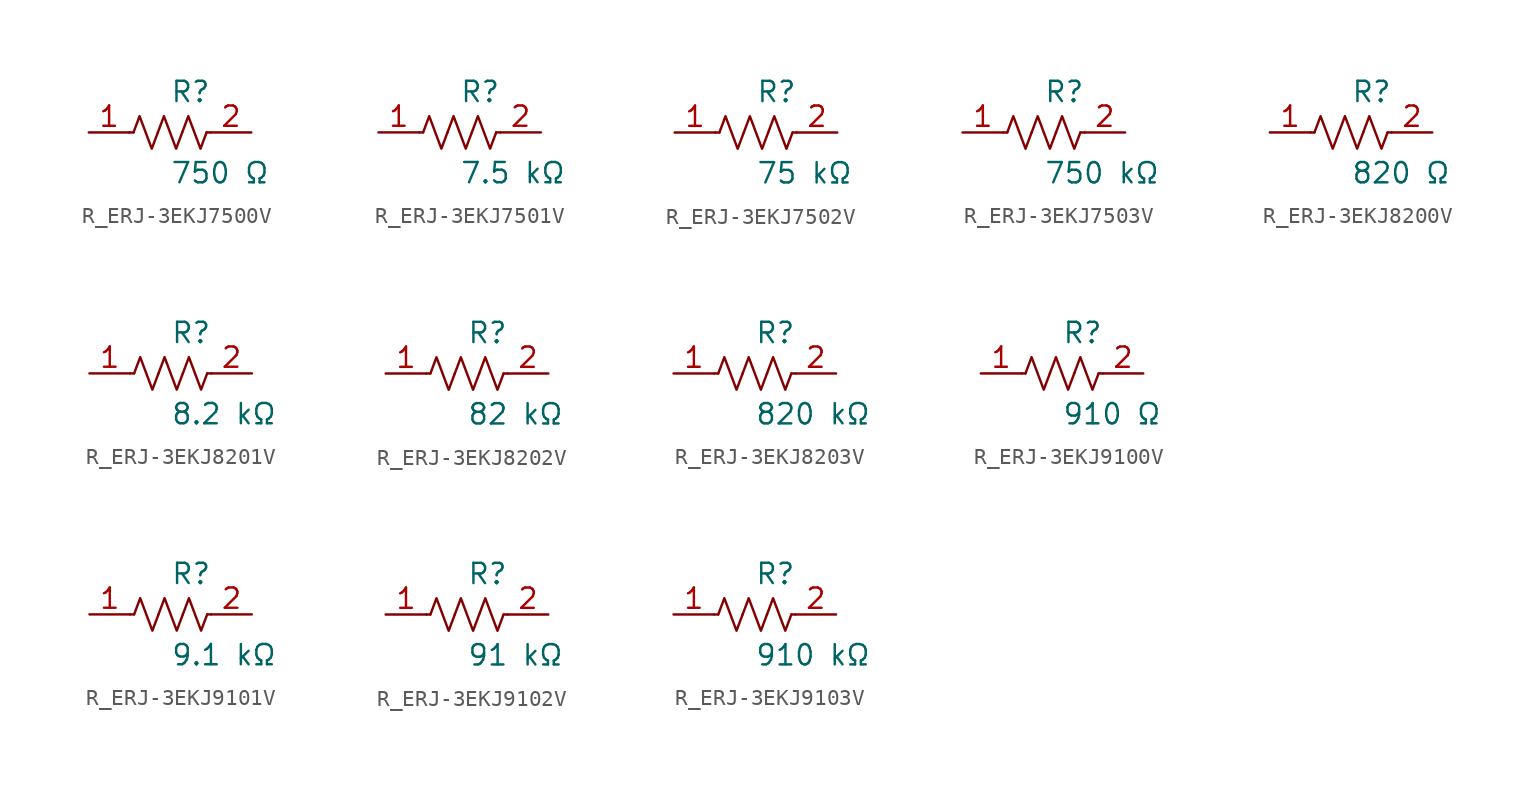
<source format=kicad_sym>
(kicad_symbol_lib
  (version 20231120)
  (generator kicad_symbol_editor)
  (generator_version 8.0)
  (symbol "R_ERJ-3EKJ7500V"
    (pin_names
      (offset 0.254))
    (property "Reference" "R"
      (at 0.0 2.54 0)
      (effects (font (size 1.27 1.27)) (justify left)))
    (property "Value" "750 Ω"
      (at 0.0 -2.54 0)
      (effects (font (size 1.27 1.27)) (justify left)))
    (symbol "R_ERJ-3EKJ7500V_0_1"
      (polyline (pts (xy 2.286 0) (xy 2.54 0)) (stroke (width 0) (type default)) (fill (type none)))
      (polyline (pts (xy -2.286 0) (xy -2.54 0)) (stroke (width 0) (type default)) (fill (type none)))
      (polyline (pts (xy 0.762 0) (xy 1.143 1.016) (xy 1.524 0) (xy 1.905 -1.016) (xy 2.286 0)) (stroke (width 0) (type default)) (fill (type none)))
      (polyline (pts (xy -0.762 0) (xy -0.381 1.016) (xy 0 0) (xy 0.381 -1.016) (xy 0.762 0)) (stroke (width 0) (type default)) (fill (type none)))
      (polyline (pts (xy -2.286 0) (xy -1.905 1.016) (xy -1.524 0) (xy -1.143 -1.016) (xy -0.762 0)) (stroke (width 0) (type default)) (fill (type none))))
    (pin unspecified line
      (at -5.08 0 0)
      (length 2.54)
      (name "" (effects (font (size 1.27 1.27))))
      (number "1" (effects (font (size 1.27 1.27)))))
    (pin unspecified line
      (at 5.08 0 180)
      (length 2.54)
      (name "" (effects (font (size 1.27 1.27))))
      (number "2" (effects (font (size 1.27 1.27))))))
  (symbol "R_ERJ-3EKJ7501V"
    (pin_names
      (offset 0.254))
    (property "Reference" "R"
      (at 0.0 2.54 0)
      (effects (font (size 1.27 1.27)) (justify left)))
    (property "Value" "7.5 kΩ"
      (at 0.0 -2.54 0)
      (effects (font (size 1.27 1.27)) (justify left)))
    (symbol "R_ERJ-3EKJ7501V_0_1"
      (polyline (pts (xy 2.286 0) (xy 2.54 0)) (stroke (width 0) (type default)) (fill (type none)))
      (polyline (pts (xy -2.286 0) (xy -2.54 0)) (stroke (width 0) (type default)) (fill (type none)))
      (polyline (pts (xy 0.762 0) (xy 1.143 1.016) (xy 1.524 0) (xy 1.905 -1.016) (xy 2.286 0)) (stroke (width 0) (type default)) (fill (type none)))
      (polyline (pts (xy -0.762 0) (xy -0.381 1.016) (xy 0 0) (xy 0.381 -1.016) (xy 0.762 0)) (stroke (width 0) (type default)) (fill (type none)))
      (polyline (pts (xy -2.286 0) (xy -1.905 1.016) (xy -1.524 0) (xy -1.143 -1.016) (xy -0.762 0)) (stroke (width 0) (type default)) (fill (type none))))
    (pin unspecified line
      (at -5.08 0 0)
      (length 2.54)
      (name "" (effects (font (size 1.27 1.27))))
      (number "1" (effects (font (size 1.27 1.27)))))
    (pin unspecified line
      (at 5.08 0 180)
      (length 2.54)
      (name "" (effects (font (size 1.27 1.27))))
      (number "2" (effects (font (size 1.27 1.27))))))
  (symbol "R_ERJ-3EKJ7502V"
    (pin_names
      (offset 0.254))
    (property "Reference" "R"
      (at 0.0 2.54 0)
      (effects (font (size 1.27 1.27)) (justify left)))
    (property "Value" "75 kΩ"
      (at 0.0 -2.54 0)
      (effects (font (size 1.27 1.27)) (justify left)))
    (symbol "R_ERJ-3EKJ7502V_0_1"
      (polyline (pts (xy 2.286 0) (xy 2.54 0)) (stroke (width 0) (type default)) (fill (type none)))
      (polyline (pts (xy -2.286 0) (xy -2.54 0)) (stroke (width 0) (type default)) (fill (type none)))
      (polyline (pts (xy 0.762 0) (xy 1.143 1.016) (xy 1.524 0) (xy 1.905 -1.016) (xy 2.286 0)) (stroke (width 0) (type default)) (fill (type none)))
      (polyline (pts (xy -0.762 0) (xy -0.381 1.016) (xy 0 0) (xy 0.381 -1.016) (xy 0.762 0)) (stroke (width 0) (type default)) (fill (type none)))
      (polyline (pts (xy -2.286 0) (xy -1.905 1.016) (xy -1.524 0) (xy -1.143 -1.016) (xy -0.762 0)) (stroke (width 0) (type default)) (fill (type none))))
    (pin unspecified line
      (at -5.08 0 0)
      (length 2.54)
      (name "" (effects (font (size 1.27 1.27))))
      (number "1" (effects (font (size 1.27 1.27)))))
    (pin unspecified line
      (at 5.08 0 180)
      (length 2.54)
      (name "" (effects (font (size 1.27 1.27))))
      (number "2" (effects (font (size 1.27 1.27))))))
  (symbol "R_ERJ-3EKJ7503V"
    (pin_names
      (offset 0.254))
    (property "Reference" "R"
      (at 0.0 2.54 0)
      (effects (font (size 1.27 1.27)) (justify left)))
    (property "Value" "750 kΩ"
      (at 0.0 -2.54 0)
      (effects (font (size 1.27 1.27)) (justify left)))
    (symbol "R_ERJ-3EKJ7503V_0_1"
      (polyline (pts (xy 2.286 0) (xy 2.54 0)) (stroke (width 0) (type default)) (fill (type none)))
      (polyline (pts (xy -2.286 0) (xy -2.54 0)) (stroke (width 0) (type default)) (fill (type none)))
      (polyline (pts (xy 0.762 0) (xy 1.143 1.016) (xy 1.524 0) (xy 1.905 -1.016) (xy 2.286 0)) (stroke (width 0) (type default)) (fill (type none)))
      (polyline (pts (xy -0.762 0) (xy -0.381 1.016) (xy 0 0) (xy 0.381 -1.016) (xy 0.762 0)) (stroke (width 0) (type default)) (fill (type none)))
      (polyline (pts (xy -2.286 0) (xy -1.905 1.016) (xy -1.524 0) (xy -1.143 -1.016) (xy -0.762 0)) (stroke (width 0) (type default)) (fill (type none))))
    (pin unspecified line
      (at -5.08 0 0)
      (length 2.54)
      (name "" (effects (font (size 1.27 1.27))))
      (number "1" (effects (font (size 1.27 1.27)))))
    (pin unspecified line
      (at 5.08 0 180)
      (length 2.54)
      (name "" (effects (font (size 1.27 1.27))))
      (number "2" (effects (font (size 1.27 1.27))))))
  (symbol "R_ERJ-3EKJ8200V"
    (pin_names
      (offset 0.254))
    (property "Reference" "R"
      (at 0.0 2.54 0)
      (effects (font (size 1.27 1.27)) (justify left)))
    (property "Value" "820 Ω"
      (at 0.0 -2.54 0)
      (effects (font (size 1.27 1.27)) (justify left)))
    (symbol "R_ERJ-3EKJ8200V_0_1"
      (polyline (pts (xy 2.286 0) (xy 2.54 0)) (stroke (width 0) (type default)) (fill (type none)))
      (polyline (pts (xy -2.286 0) (xy -2.54 0)) (stroke (width 0) (type default)) (fill (type none)))
      (polyline (pts (xy 0.762 0) (xy 1.143 1.016) (xy 1.524 0) (xy 1.905 -1.016) (xy 2.286 0)) (stroke (width 0) (type default)) (fill (type none)))
      (polyline (pts (xy -0.762 0) (xy -0.381 1.016) (xy 0 0) (xy 0.381 -1.016) (xy 0.762 0)) (stroke (width 0) (type default)) (fill (type none)))
      (polyline (pts (xy -2.286 0) (xy -1.905 1.016) (xy -1.524 0) (xy -1.143 -1.016) (xy -0.762 0)) (stroke (width 0) (type default)) (fill (type none))))
    (pin unspecified line
      (at -5.08 0 0)
      (length 2.54)
      (name "" (effects (font (size 1.27 1.27))))
      (number "1" (effects (font (size 1.27 1.27)))))
    (pin unspecified line
      (at 5.08 0 180)
      (length 2.54)
      (name "" (effects (font (size 1.27 1.27))))
      (number "2" (effects (font (size 1.27 1.27))))))
  (symbol "R_ERJ-3EKJ8201V"
    (pin_names
      (offset 0.254))
    (property "Reference" "R"
      (at 0.0 2.54 0)
      (effects (font (size 1.27 1.27)) (justify left)))
    (property "Value" "8.2 kΩ"
      (at 0.0 -2.54 0)
      (effects (font (size 1.27 1.27)) (justify left)))
    (symbol "R_ERJ-3EKJ8201V_0_1"
      (polyline (pts (xy 2.286 0) (xy 2.54 0)) (stroke (width 0) (type default)) (fill (type none)))
      (polyline (pts (xy -2.286 0) (xy -2.54 0)) (stroke (width 0) (type default)) (fill (type none)))
      (polyline (pts (xy 0.762 0) (xy 1.143 1.016) (xy 1.524 0) (xy 1.905 -1.016) (xy 2.286 0)) (stroke (width 0) (type default)) (fill (type none)))
      (polyline (pts (xy -0.762 0) (xy -0.381 1.016) (xy 0 0) (xy 0.381 -1.016) (xy 0.762 0)) (stroke (width 0) (type default)) (fill (type none)))
      (polyline (pts (xy -2.286 0) (xy -1.905 1.016) (xy -1.524 0) (xy -1.143 -1.016) (xy -0.762 0)) (stroke (width 0) (type default)) (fill (type none))))
    (pin unspecified line
      (at -5.08 0 0)
      (length 2.54)
      (name "" (effects (font (size 1.27 1.27))))
      (number "1" (effects (font (size 1.27 1.27)))))
    (pin unspecified line
      (at 5.08 0 180)
      (length 2.54)
      (name "" (effects (font (size 1.27 1.27))))
      (number "2" (effects (font (size 1.27 1.27))))))
  (symbol "R_ERJ-3EKJ8202V"
    (pin_names
      (offset 0.254))
    (property "Reference" "R"
      (at 0.0 2.54 0)
      (effects (font (size 1.27 1.27)) (justify left)))
    (property "Value" "82 kΩ"
      (at 0.0 -2.54 0)
      (effects (font (size 1.27 1.27)) (justify left)))
    (symbol "R_ERJ-3EKJ8202V_0_1"
      (polyline (pts (xy 2.286 0) (xy 2.54 0)) (stroke (width 0) (type default)) (fill (type none)))
      (polyline (pts (xy -2.286 0) (xy -2.54 0)) (stroke (width 0) (type default)) (fill (type none)))
      (polyline (pts (xy 0.762 0) (xy 1.143 1.016) (xy 1.524 0) (xy 1.905 -1.016) (xy 2.286 0)) (stroke (width 0) (type default)) (fill (type none)))
      (polyline (pts (xy -0.762 0) (xy -0.381 1.016) (xy 0 0) (xy 0.381 -1.016) (xy 0.762 0)) (stroke (width 0) (type default)) (fill (type none)))
      (polyline (pts (xy -2.286 0) (xy -1.905 1.016) (xy -1.524 0) (xy -1.143 -1.016) (xy -0.762 0)) (stroke (width 0) (type default)) (fill (type none))))
    (pin unspecified line
      (at -5.08 0 0)
      (length 2.54)
      (name "" (effects (font (size 1.27 1.27))))
      (number "1" (effects (font (size 1.27 1.27)))))
    (pin unspecified line
      (at 5.08 0 180)
      (length 2.54)
      (name "" (effects (font (size 1.27 1.27))))
      (number "2" (effects (font (size 1.27 1.27))))))
  (symbol "R_ERJ-3EKJ8203V"
    (pin_names
      (offset 0.254))
    (property "Reference" "R"
      (at 0.0 2.54 0)
      (effects (font (size 1.27 1.27)) (justify left)))
    (property "Value" "820 kΩ"
      (at 0.0 -2.54 0)
      (effects (font (size 1.27 1.27)) (justify left)))
    (symbol "R_ERJ-3EKJ8203V_0_1"
      (polyline (pts (xy 2.286 0) (xy 2.54 0)) (stroke (width 0) (type default)) (fill (type none)))
      (polyline (pts (xy -2.286 0) (xy -2.54 0)) (stroke (width 0) (type default)) (fill (type none)))
      (polyline (pts (xy 0.762 0) (xy 1.143 1.016) (xy 1.524 0) (xy 1.905 -1.016) (xy 2.286 0)) (stroke (width 0) (type default)) (fill (type none)))
      (polyline (pts (xy -0.762 0) (xy -0.381 1.016) (xy 0 0) (xy 0.381 -1.016) (xy 0.762 0)) (stroke (width 0) (type default)) (fill (type none)))
      (polyline (pts (xy -2.286 0) (xy -1.905 1.016) (xy -1.524 0) (xy -1.143 -1.016) (xy -0.762 0)) (stroke (width 0) (type default)) (fill (type none))))
    (pin unspecified line
      (at -5.08 0 0)
      (length 2.54)
      (name "" (effects (font (size 1.27 1.27))))
      (number "1" (effects (font (size 1.27 1.27)))))
    (pin unspecified line
      (at 5.08 0 180)
      (length 2.54)
      (name "" (effects (font (size 1.27 1.27))))
      (number "2" (effects (font (size 1.27 1.27))))))
  (symbol "R_ERJ-3EKJ9100V"
    (pin_names
      (offset 0.254))
    (property "Reference" "R"
      (at 0.0 2.54 0)
      (effects (font (size 1.27 1.27)) (justify left)))
    (property "Value" "910 Ω"
      (at 0.0 -2.54 0)
      (effects (font (size 1.27 1.27)) (justify left)))
    (symbol "R_ERJ-3EKJ9100V_0_1"
      (polyline (pts (xy 2.286 0) (xy 2.54 0)) (stroke (width 0) (type default)) (fill (type none)))
      (polyline (pts (xy -2.286 0) (xy -2.54 0)) (stroke (width 0) (type default)) (fill (type none)))
      (polyline (pts (xy 0.762 0) (xy 1.143 1.016) (xy 1.524 0) (xy 1.905 -1.016) (xy 2.286 0)) (stroke (width 0) (type default)) (fill (type none)))
      (polyline (pts (xy -0.762 0) (xy -0.381 1.016) (xy 0 0) (xy 0.381 -1.016) (xy 0.762 0)) (stroke (width 0) (type default)) (fill (type none)))
      (polyline (pts (xy -2.286 0) (xy -1.905 1.016) (xy -1.524 0) (xy -1.143 -1.016) (xy -0.762 0)) (stroke (width 0) (type default)) (fill (type none))))
    (pin unspecified line
      (at -5.08 0 0)
      (length 2.54)
      (name "" (effects (font (size 1.27 1.27))))
      (number "1" (effects (font (size 1.27 1.27)))))
    (pin unspecified line
      (at 5.08 0 180)
      (length 2.54)
      (name "" (effects (font (size 1.27 1.27))))
      (number "2" (effects (font (size 1.27 1.27))))))
  (symbol "R_ERJ-3EKJ9101V"
    (pin_names
      (offset 0.254))
    (property "Reference" "R"
      (at 0.0 2.54 0)
      (effects (font (size 1.27 1.27)) (justify left)))
    (property "Value" "9.1 kΩ"
      (at 0.0 -2.54 0)
      (effects (font (size 1.27 1.27)) (justify left)))
    (symbol "R_ERJ-3EKJ9101V_0_1"
      (polyline (pts (xy 2.286 0) (xy 2.54 0)) (stroke (width 0) (type default)) (fill (type none)))
      (polyline (pts (xy -2.286 0) (xy -2.54 0)) (stroke (width 0) (type default)) (fill (type none)))
      (polyline (pts (xy 0.762 0) (xy 1.143 1.016) (xy 1.524 0) (xy 1.905 -1.016) (xy 2.286 0)) (stroke (width 0) (type default)) (fill (type none)))
      (polyline (pts (xy -0.762 0) (xy -0.381 1.016) (xy 0 0) (xy 0.381 -1.016) (xy 0.762 0)) (stroke (width 0) (type default)) (fill (type none)))
      (polyline (pts (xy -2.286 0) (xy -1.905 1.016) (xy -1.524 0) (xy -1.143 -1.016) (xy -0.762 0)) (stroke (width 0) (type default)) (fill (type none))))
    (pin unspecified line
      (at -5.08 0 0)
      (length 2.54)
      (name "" (effects (font (size 1.27 1.27))))
      (number "1" (effects (font (size 1.27 1.27)))))
    (pin unspecified line
      (at 5.08 0 180)
      (length 2.54)
      (name "" (effects (font (size 1.27 1.27))))
      (number "2" (effects (font (size 1.27 1.27))))))
  (symbol "R_ERJ-3EKJ9102V"
    (pin_names
      (offset 0.254))
    (property "Reference" "R"
      (at 0.0 2.54 0)
      (effects (font (size 1.27 1.27)) (justify left)))
    (property "Value" "91 kΩ"
      (at 0.0 -2.54 0)
      (effects (font (size 1.27 1.27)) (justify left)))
    (symbol "R_ERJ-3EKJ9102V_0_1"
      (polyline (pts (xy 2.286 0) (xy 2.54 0)) (stroke (width 0) (type default)) (fill (type none)))
      (polyline (pts (xy -2.286 0) (xy -2.54 0)) (stroke (width 0) (type default)) (fill (type none)))
      (polyline (pts (xy 0.762 0) (xy 1.143 1.016) (xy 1.524 0) (xy 1.905 -1.016) (xy 2.286 0)) (stroke (width 0) (type default)) (fill (type none)))
      (polyline (pts (xy -0.762 0) (xy -0.381 1.016) (xy 0 0) (xy 0.381 -1.016) (xy 0.762 0)) (stroke (width 0) (type default)) (fill (type none)))
      (polyline (pts (xy -2.286 0) (xy -1.905 1.016) (xy -1.524 0) (xy -1.143 -1.016) (xy -0.762 0)) (stroke (width 0) (type default)) (fill (type none))))
    (pin unspecified line
      (at -5.08 0 0)
      (length 2.54)
      (name "" (effects (font (size 1.27 1.27))))
      (number "1" (effects (font (size 1.27 1.27)))))
    (pin unspecified line
      (at 5.08 0 180)
      (length 2.54)
      (name "" (effects (font (size 1.27 1.27))))
      (number "2" (effects (font (size 1.27 1.27))))))
  (symbol "R_ERJ-3EKJ9103V"
    (pin_names
      (offset 0.254))
    (property "Reference" "R"
      (at 0.0 2.54 0)
      (effects (font (size 1.27 1.27)) (justify left)))
    (property "Value" "910 kΩ"
      (at 0.0 -2.54 0)
      (effects (font (size 1.27 1.27)) (justify left)))
    (symbol "R_ERJ-3EKJ9103V_0_1"
      (polyline (pts (xy 2.286 0) (xy 2.54 0)) (stroke (width 0) (type default)) (fill (type none)))
      (polyline (pts (xy -2.286 0) (xy -2.54 0)) (stroke (width 0) (type default)) (fill (type none)))
      (polyline (pts (xy 0.762 0) (xy 1.143 1.016) (xy 1.524 0) (xy 1.905 -1.016) (xy 2.286 0)) (stroke (width 0) (type default)) (fill (type none)))
      (polyline (pts (xy -0.762 0) (xy -0.381 1.016) (xy 0 0) (xy 0.381 -1.016) (xy 0.762 0)) (stroke (width 0) (type default)) (fill (type none)))
      (polyline (pts (xy -2.286 0) (xy -1.905 1.016) (xy -1.524 0) (xy -1.143 -1.016) (xy -0.762 0)) (stroke (width 0) (type default)) (fill (type none))))
    (pin unspecified line
      (at -5.08 0 0)
      (length 2.54)
      (name "" (effects (font (size 1.27 1.27))))
      (number "1" (effects (font (size 1.27 1.27)))))
    (pin unspecified line
      (at 5.08 0 180)
      (length 2.54)
      (name "" (effects (font (size 1.27 1.27))))
      (number "2" (effects (font (size 1.27 1.27)))))))
</source>
